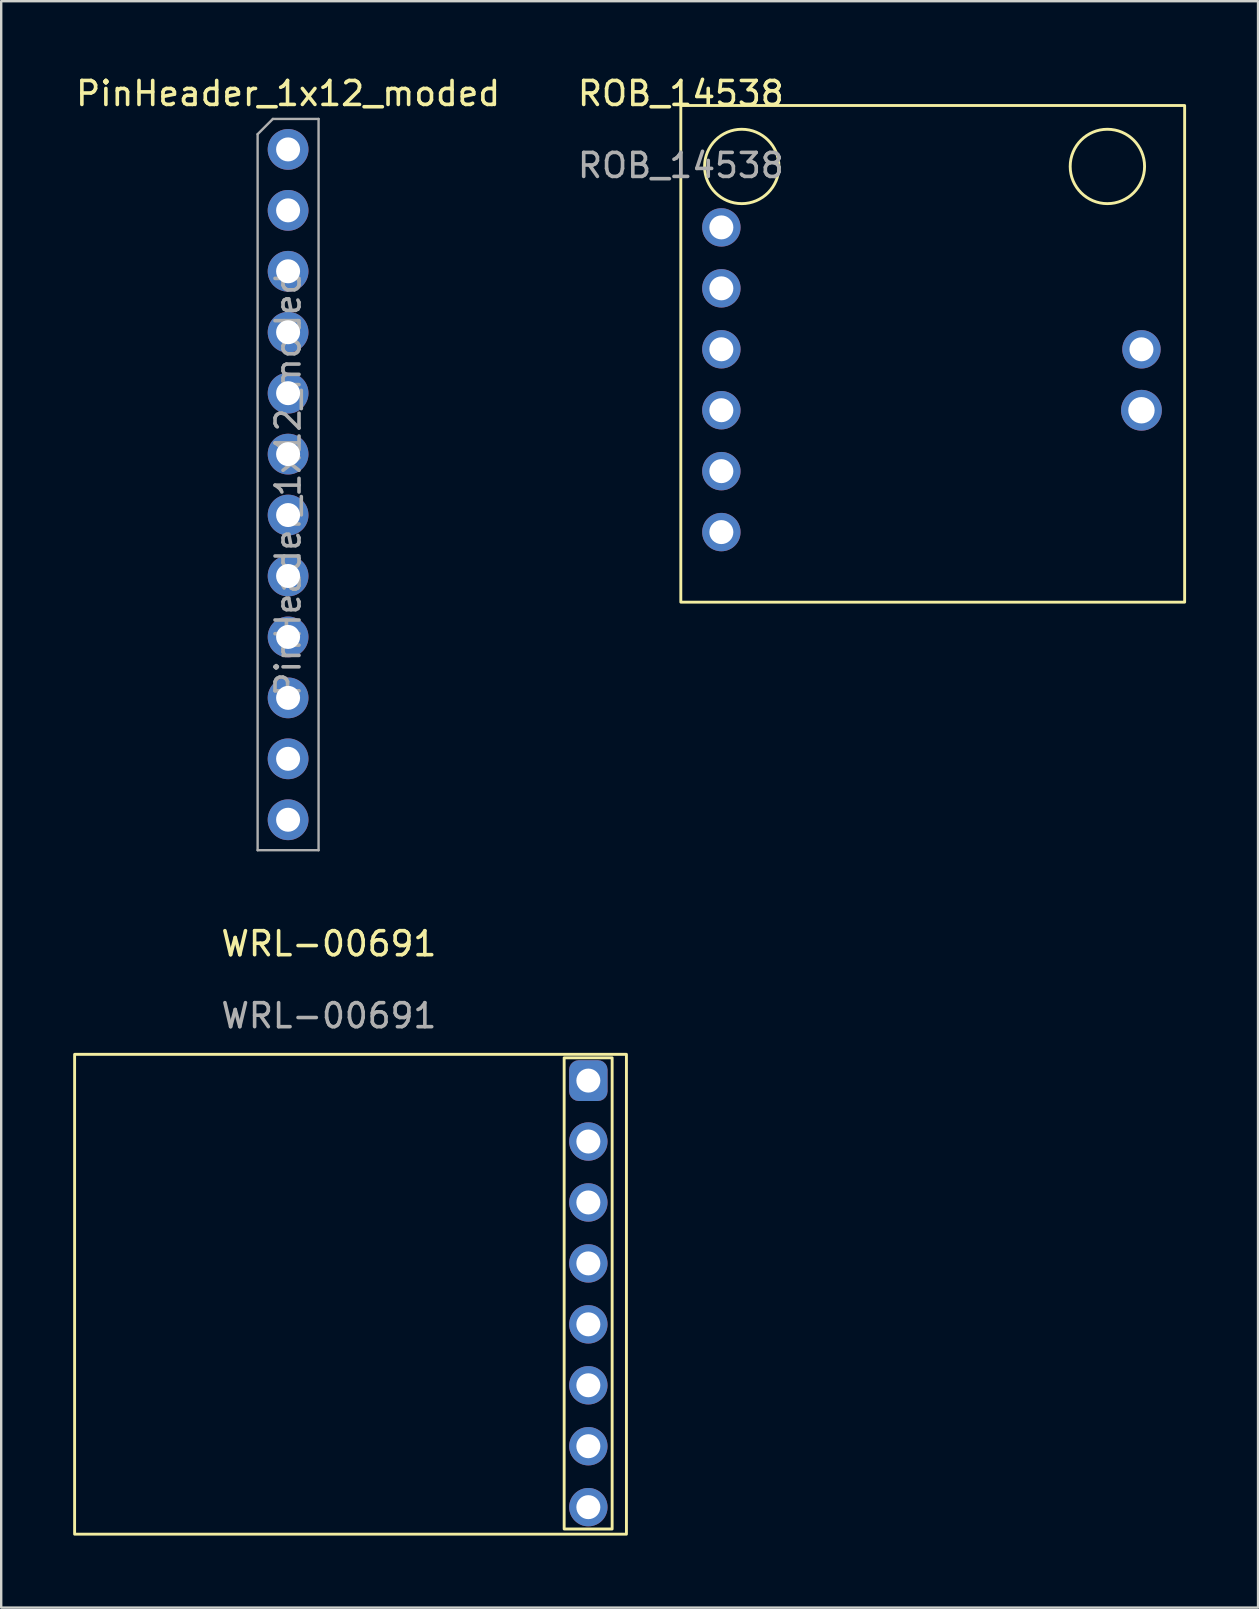
<source format=kicad_pcb>
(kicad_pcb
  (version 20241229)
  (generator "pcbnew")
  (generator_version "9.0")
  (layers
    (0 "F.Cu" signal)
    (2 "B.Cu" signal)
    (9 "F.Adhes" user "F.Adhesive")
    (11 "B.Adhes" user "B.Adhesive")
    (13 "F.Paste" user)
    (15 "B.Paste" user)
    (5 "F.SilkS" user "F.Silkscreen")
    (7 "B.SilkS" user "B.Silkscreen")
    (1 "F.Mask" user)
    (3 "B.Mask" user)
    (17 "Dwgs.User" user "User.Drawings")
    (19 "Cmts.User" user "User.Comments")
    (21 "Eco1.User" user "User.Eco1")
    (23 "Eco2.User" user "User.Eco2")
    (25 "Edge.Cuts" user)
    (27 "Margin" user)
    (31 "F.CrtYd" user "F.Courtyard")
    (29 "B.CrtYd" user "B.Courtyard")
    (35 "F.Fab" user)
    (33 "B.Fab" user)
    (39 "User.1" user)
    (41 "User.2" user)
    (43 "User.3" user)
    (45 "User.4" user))
  (footprint "ROB_14538"
    (layer "F.Cu")
    (at 25.327 1.348)
    (property "Reference" "ROB_14538" (at 0 -0.5 0) (unlocked yes) (layer "F.SilkS") (effects (font (size 1 1) (thickness 0.15))))
    (attr through_hole)
    (fp_rect (start 0 0) (end 21 20.7) (stroke (width 0.12) (type solid)) (fill no) (layer "F.SilkS"))
    (fp_circle (center 2.54 2.54) (end 4.09 2.54) (stroke (width 0.12) (type solid)) (fill no) (layer "F.SilkS"))
    (fp_circle (center 17.78 2.54) (end 19.33 2.54) (stroke (width 0.12) (type solid)) (fill no) (layer "F.SilkS"))
    (fp_text user "${REFERENCE}" (at 0 2.5 0) (unlocked yes) (layer "F.Fab") (effects (font (size 1 1) (thickness 0.15))))
    (pad "1" thru_hole circle (at 1.69 5.08) (size 1.6 1.6) (drill 1) (layers "*.Cu" "*.Mask"))
    (pad "2" thru_hole circle (at 1.69 7.62) (size 1.6 1.6) (drill 1) (layers "*.Cu" "*.Mask"))
    (pad "3" thru_hole circle (at 1.69 10.16) (size 1.6 1.6) (drill 1) (layers "*.Cu" "*.Mask"))
    (pad "4" thru_hole circle (at 1.69 12.7) (size 1.6 1.6) (drill 1) (layers "*.Cu" "*.Mask"))
    (pad "5" thru_hole circle (at 1.69 15.24) (size 1.6 1.6) (drill 1) (layers "*.Cu" "*.Mask"))
    (pad "6" thru_hole circle (at 1.69 17.78) (size 1.6 1.6) (drill 1) (layers "*.Cu" "*.Mask"))
    (pad "7" thru_hole circle (at 19.2 10.162) (size 1.6 1.6) (drill 1) (layers "*.Cu" "*.Mask"))
    (pad "8" thru_hole circle (at 19.2 12.702) (size 1.7 1.7) (drill 1.1) (layers "*.Cu" "*.Mask")))
  (footprint "PinHeader_1x12_moded"
    (layer "F.Cu")
    (at 8.958 3.178)
    (property "Reference" "PinHeader_1x12_moded" (at 0 -2.33 0) (layer "F.SilkS") (effects (font (size 1 1) (thickness 0.15))))
    (attr through_hole)
    (fp_line (start -1.27 -0.635) (end -0.635 -1.27) (stroke (width 0.1) (type solid)) (layer "F.Fab"))
    (fp_line (start -1.27 29.21) (end -1.27 -0.635) (stroke (width 0.1) (type solid)) (layer "F.Fab"))
    (fp_line (start -0.635 -1.27) (end 1.27 -1.27) (stroke (width 0.1) (type solid)) (layer "F.Fab"))
    (fp_line (start 1.27 -1.27) (end 1.27 29.21) (stroke (width 0.1) (type solid)) (layer "F.Fab"))
    (fp_line (start 1.27 29.21) (end -1.27 29.21) (stroke (width 0.1) (type solid)) (layer "F.Fab"))
    (fp_text user "${REFERENCE}" (at 0 13.97 90) (layer "F.Fab") (effects (font (size 1 1) (thickness 0.15))))
    (pad "1" thru_hole circle (at 0 0) (size 1.7 1.7) (drill 1) (layers "*.Cu" "*.Mask"))
    (pad "2" thru_hole oval (at 0 2.54) (size 1.7 1.7) (drill 1) (layers "*.Cu" "*.Mask"))
    (pad "3" thru_hole oval (at 0 5.08) (size 1.7 1.7) (drill 1) (layers "*.Cu" "*.Mask"))
    (pad "4" thru_hole oval (at 0 7.62) (size 1.7 1.7) (drill 1) (layers "*.Cu" "*.Mask"))
    (pad "5" thru_hole oval (at 0 10.16) (size 1.7 1.7) (drill 1) (layers "*.Cu" "*.Mask"))
    (pad "6" thru_hole oval (at 0 12.7) (size 1.7 1.7) (drill 1) (layers "*.Cu" "*.Mask"))
    (pad "7" thru_hole oval (at 0 15.24) (size 1.7 1.7) (drill 1) (layers "*.Cu" "*.Mask"))
    (pad "8" thru_hole oval (at 0 17.78) (size 1.7 1.7) (drill 1) (layers "*.Cu" "*.Mask"))
    (pad "9" thru_hole oval (at 0 20.32) (size 1.7 1.7) (drill 1) (layers "*.Cu" "*.Mask"))
    (pad "10" thru_hole oval (at 0 22.86) (size 1.7 1.7) (drill 1) (layers "*.Cu" "*.Mask"))
    (pad "11" thru_hole oval (at 0 25.4) (size 1.7 1.7) (drill 1) (layers "*.Cu" "*.Mask"))
    (pad "12" thru_hole oval (at 0 27.94) (size 1.7 1.7) (drill 1) (layers "*.Cu" "*.Mask")))
  (footprint "WRL-00691"
    (layer "F.Cu")
    (at 13.198 41.827)
    (property "Reference" "WRL-00691" (at -2.54 -5.54 0) (unlocked yes) (layer "F.SilkS") (effects (font (size 1 1) (thickness 0.15))))
    (attr through_hole)
    (fp_rect (start -13.138 -0.931) (end 9.862 19.069) (stroke (width 0.12) (type solid)) (fill no) (layer "F.SilkS"))
    (fp_rect (start 7.267 -0.785) (end 9.267 18.853) (stroke (width 0.12) (type solid)) (fill no) (layer "F.SilkS"))
    (fp_text user "${REFERENCE}" (at -2.54 -2.54 0) (unlocked yes) (layer "F.Fab") (effects (font (size 1 1) (thickness 0.15))))
    (pad "1" thru_hole roundrect (at 8.275 0.163) (size 1.6 1.7) (drill 1) (layers "*.Cu" "*.Mask") (roundrect_rratio 0.25))
    (pad "2" thru_hole circle (at 8.275 2.703) (size 1.6 1.6) (drill 1) (layers "*.Cu" "*.Mask"))
    (pad "3" thru_hole circle (at 8.275 5.243) (size 1.6 1.6) (drill 1) (layers "*.Cu" "*.Mask"))
    (pad "4" thru_hole circle (at 8.275 7.783) (size 1.6 1.6) (drill 1) (layers "*.Cu" "*.Mask"))
    (pad "5" thru_hole circle (at 8.275 10.323) (size 1.6 1.6) (drill 1) (layers "*.Cu" "*.Mask"))
    (pad "6" thru_hole circle (at 8.275 12.863) (size 1.6 1.6) (drill 1) (layers "*.Cu" "*.Mask"))
    (pad "7" thru_hole circle (at 8.275 15.403) (size 1.6 1.6) (drill 1) (layers "*.Cu" "*.Mask"))
    (pad "8" thru_hole circle (at 8.275 17.943) (size 1.6 1.6) (drill 1) (layers "*.Cu" "*.Mask")))
  (gr_rect
    (start -3 -3)
    (end 49.387 63.956)
    (stroke (width 0.1) (type default))
    (fill no)
    (layer "Edge.Cuts")))
</source>
